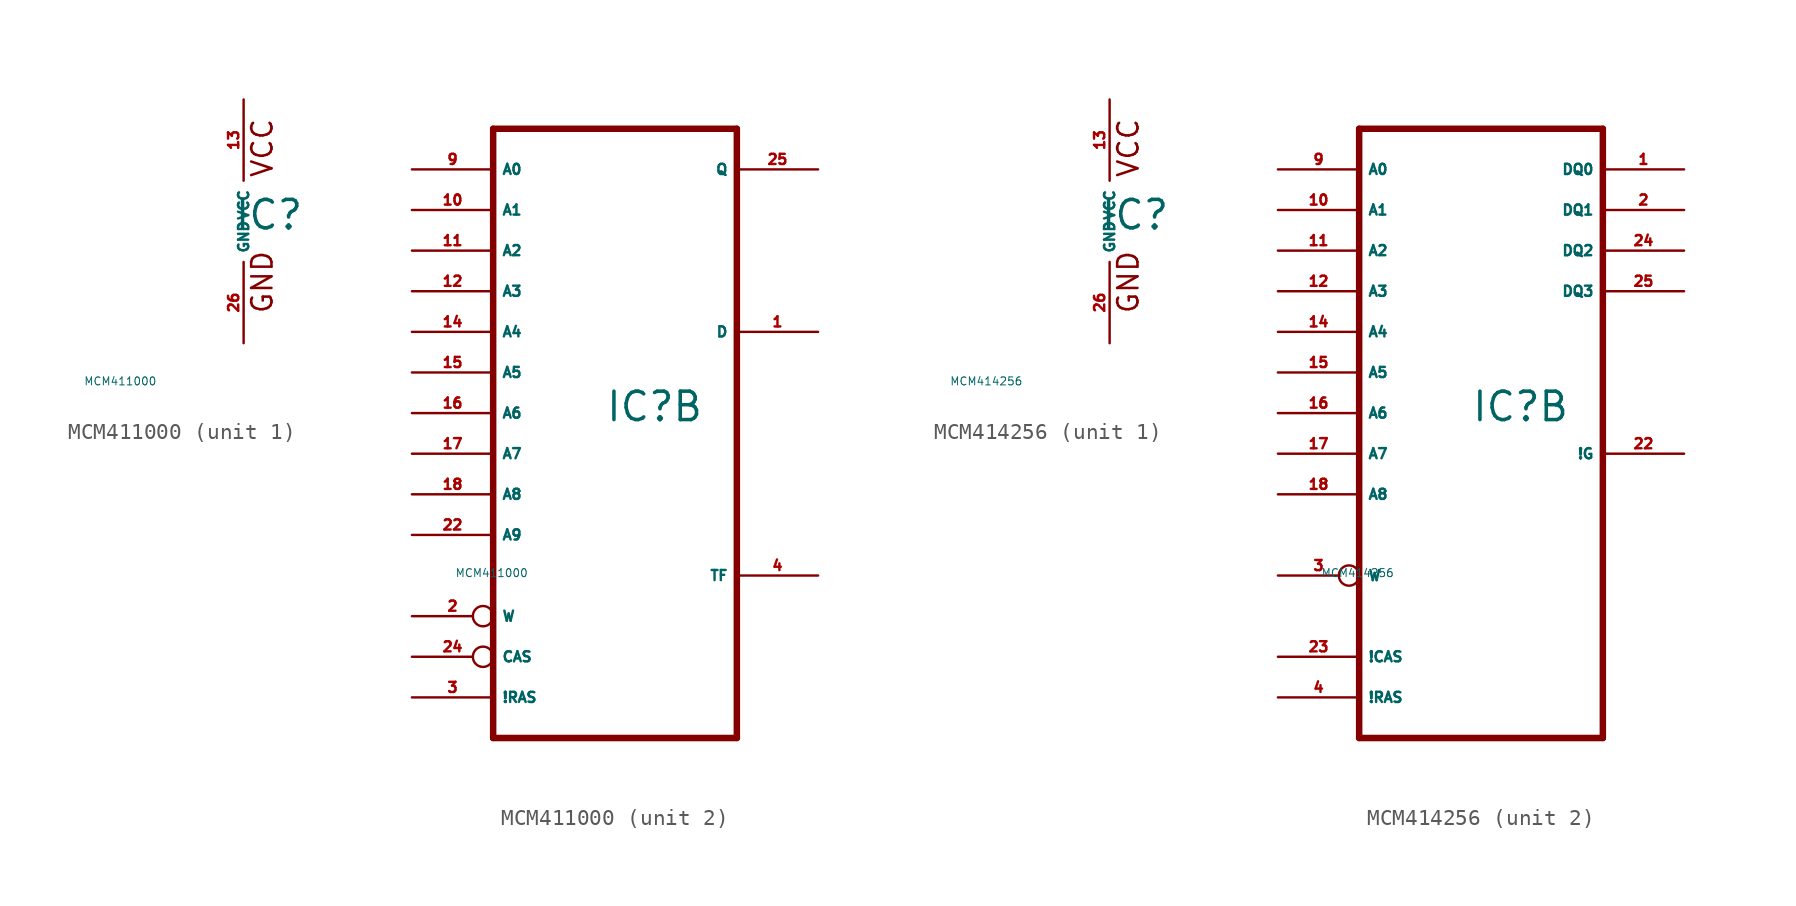
<source format=kicad_sym>
(kicad_symbol_lib
  (version 20220914)
  (generator Eagle2Kicad)
  (symbol "MCM411000"
    (property "Reference" "IC"
      (at -0.635 -0.635 0)
      (effects (font (size 1.778 1.778) (thickness 0.22)) (justify left bottom)))
    (property "Value" "MCM411000"
      (at -10 -10 0)
      (effects (font (size 0.5 0.5) (thickness 0.06)) (justify left)))
    (symbol "MCM411000_1_0"
      (text "VCC" (at 1.905 2.667 900) (effects (font (size 1.27 1.27) (thickness 0.16)) (justify left bottom)))
      (text "GND" (at 1.905 -5.842 900) (effects (font (size 1.27 1.27) (thickness 0.16)) (justify left bottom)))
      (pin unspecified line (at 0 -7.62 90) (length 5.08) (name "GND" (effects (font (size 0.635 0.635) (thickness 0.08)) (justify left bottom))) (number "26" (effects (font (size 0.635 0.635) (thickness 0.08)) (justify left bottom))))
      (pin unspecified line (at 0 7.62 270) (length 5.08) (name "VCC" (effects (font (size 0.635 0.635) (thickness 0.08)) (justify left bottom))) (number "13" (effects (font (size 0.635 0.635) (thickness 0.08)) (justify left bottom)))))
    (symbol "MCM411000_2_0"
      (polyline (pts (xy -7.62 17.78) (xy -7.62 -20.32)) (stroke (width 0.406) (type default)) (fill (type none)))
      (polyline (pts (xy 7.62 -20.32) (xy -7.62 -20.32)) (stroke (width 0.406) (type default)) (fill (type none)))
      (polyline (pts (xy 7.62 -20.32) (xy 7.62 17.78)) (stroke (width 0.406) (type default)) (fill (type none)))
      (polyline (pts (xy -7.62 17.78) (xy 7.62 17.78)) (stroke (width 0.406) (type default)) (fill (type none)))
      (pin input line (at -12.7 15.24 0) (length 5.08) (name "A0" (effects (font (size 0.635 0.635) (thickness 0.08)) (justify left bottom))) (number "9" (effects (font (size 0.635 0.635) (thickness 0.08)) (justify left bottom))))
      (pin input line (at -12.7 12.7 0) (length 5.08) (name "A1" (effects (font (size 0.635 0.635) (thickness 0.08)) (justify left bottom))) (number "10" (effects (font (size 0.635 0.635) (thickness 0.08)) (justify left bottom))))
      (pin input line (at -12.7 10.16 0) (length 5.08) (name "A2" (effects (font (size 0.635 0.635) (thickness 0.08)) (justify left bottom))) (number "11" (effects (font (size 0.635 0.635) (thickness 0.08)) (justify left bottom))))
      (pin input line (at -12.7 7.62 0) (length 5.08) (name "A3" (effects (font (size 0.635 0.635) (thickness 0.08)) (justify left bottom))) (number "12" (effects (font (size 0.635 0.635) (thickness 0.08)) (justify left bottom))))
      (pin input line (at -12.7 5.08 0) (length 5.08) (name "A4" (effects (font (size 0.635 0.635) (thickness 0.08)) (justify left bottom))) (number "14" (effects (font (size 0.635 0.635) (thickness 0.08)) (justify left bottom))))
      (pin input line (at -12.7 2.54 0) (length 5.08) (name "A5" (effects (font (size 0.635 0.635) (thickness 0.08)) (justify left bottom))) (number "15" (effects (font (size 0.635 0.635) (thickness 0.08)) (justify left bottom))))
      (pin input line (at -12.7 0 0) (length 5.08) (name "A6" (effects (font (size 0.635 0.635) (thickness 0.08)) (justify left bottom))) (number "16" (effects (font (size 0.635 0.635) (thickness 0.08)) (justify left bottom))))
      (pin input line (at -12.7 -2.54 0) (length 5.08) (name "A7" (effects (font (size 0.635 0.635) (thickness 0.08)) (justify left bottom))) (number "17" (effects (font (size 0.635 0.635) (thickness 0.08)) (justify left bottom))))
      (pin input line (at -12.7 -5.08 0) (length 5.08) (name "A8" (effects (font (size 0.635 0.635) (thickness 0.08)) (justify left bottom))) (number "18" (effects (font (size 0.635 0.635) (thickness 0.08)) (justify left bottom))))
      (pin input line (at -12.7 -7.62 0) (length 5.08) (name "A9" (effects (font (size 0.635 0.635) (thickness 0.08)) (justify left bottom))) (number "22" (effects (font (size 0.635 0.635) (thickness 0.08)) (justify left bottom))))
      (pin input inverted (at -12.7 -12.7 0) (length 5.08) (name "W" (effects (font (size 0.635 0.635) (thickness 0.08)) (justify left bottom))) (number "2" (effects (font (size 0.635 0.635) (thickness 0.08)) (justify left bottom))))
      (pin input inverted (at -12.7 -15.24 0) (length 5.08) (name "CAS" (effects (font (size 0.635 0.635) (thickness 0.08)) (justify left bottom))) (number "24" (effects (font (size 0.635 0.635) (thickness 0.08)) (justify left bottom))))
      (pin input line (at -12.7 -17.78 0) (length 5.08) (name "!RAS" (effects (font (size 0.635 0.635) (thickness 0.08)) (justify left bottom))) (number "3" (effects (font (size 0.635 0.635) (thickness 0.08)) (justify left bottom))))
      (pin input line (at 12.7 5.08 180) (length 5.08) (name "D" (effects (font (size 0.635 0.635) (thickness 0.08)) (justify left bottom))) (number "1" (effects (font (size 0.635 0.635) (thickness 0.08)) (justify left bottom))))
      (pin tri_state line (at 12.7 15.24 180) (length 5.08) (name "Q" (effects (font (size 0.635 0.635) (thickness 0.08)) (justify left bottom))) (number "25" (effects (font (size 0.635 0.635) (thickness 0.08)) (justify left bottom))))
      (pin input line (at 12.7 -10.16 180) (length 5.08) (name "TF" (effects (font (size 0.635 0.635) (thickness 0.08)) (justify left bottom))) (number "4" (effects (font (size 0.635 0.635) (thickness 0.08)) (justify left bottom))))))
  (symbol "MCM414256"
    (property "Reference" "IC"
      (at -0.635 -0.635 0)
      (effects (font (size 1.778 1.778) (thickness 0.22)) (justify left bottom)))
    (property "Value" "MCM414256"
      (at -10 -10 0)
      (effects (font (size 0.5 0.5) (thickness 0.06)) (justify left)))
    (symbol "MCM414256_1_0"
      (text "VCC" (at 1.905 2.667 900) (effects (font (size 1.27 1.27) (thickness 0.16)) (justify left bottom)))
      (text "GND" (at 1.905 -5.842 900) (effects (font (size 1.27 1.27) (thickness 0.16)) (justify left bottom)))
      (pin unspecified line (at 0 -7.62 90) (length 5.08) (name "GND" (effects (font (size 0.635 0.635) (thickness 0.08)) (justify left bottom))) (number "26" (effects (font (size 0.635 0.635) (thickness 0.08)) (justify left bottom))))
      (pin unspecified line (at 0 7.62 270) (length 5.08) (name "VCC" (effects (font (size 0.635 0.635) (thickness 0.08)) (justify left bottom))) (number "13" (effects (font (size 0.635 0.635) (thickness 0.08)) (justify left bottom)))))
    (symbol "MCM414256_2_0"
      (polyline (pts (xy -7.62 17.78) (xy -7.62 -20.32)) (stroke (width 0.406) (type default)) (fill (type none)))
      (polyline (pts (xy 7.62 -20.32) (xy -7.62 -20.32)) (stroke (width 0.406) (type default)) (fill (type none)))
      (polyline (pts (xy 7.62 -20.32) (xy 7.62 17.78)) (stroke (width 0.406) (type default)) (fill (type none)))
      (polyline (pts (xy -7.62 17.78) (xy 7.62 17.78)) (stroke (width 0.406) (type default)) (fill (type none)))
      (pin input line (at -12.7 15.24 0) (length 5.08) (name "A0" (effects (font (size 0.635 0.635) (thickness 0.08)) (justify left bottom))) (number "9" (effects (font (size 0.635 0.635) (thickness 0.08)) (justify left bottom))))
      (pin input line (at -12.7 12.7 0) (length 5.08) (name "A1" (effects (font (size 0.635 0.635) (thickness 0.08)) (justify left bottom))) (number "10" (effects (font (size 0.635 0.635) (thickness 0.08)) (justify left bottom))))
      (pin input line (at -12.7 10.16 0) (length 5.08) (name "A2" (effects (font (size 0.635 0.635) (thickness 0.08)) (justify left bottom))) (number "11" (effects (font (size 0.635 0.635) (thickness 0.08)) (justify left bottom))))
      (pin input line (at -12.7 7.62 0) (length 5.08) (name "A3" (effects (font (size 0.635 0.635) (thickness 0.08)) (justify left bottom))) (number "12" (effects (font (size 0.635 0.635) (thickness 0.08)) (justify left bottom))))
      (pin input line (at -12.7 5.08 0) (length 5.08) (name "A4" (effects (font (size 0.635 0.635) (thickness 0.08)) (justify left bottom))) (number "14" (effects (font (size 0.635 0.635) (thickness 0.08)) (justify left bottom))))
      (pin input line (at -12.7 2.54 0) (length 5.08) (name "A5" (effects (font (size 0.635 0.635) (thickness 0.08)) (justify left bottom))) (number "15" (effects (font (size 0.635 0.635) (thickness 0.08)) (justify left bottom))))
      (pin input line (at -12.7 0 0) (length 5.08) (name "A6" (effects (font (size 0.635 0.635) (thickness 0.08)) (justify left bottom))) (number "16" (effects (font (size 0.635 0.635) (thickness 0.08)) (justify left bottom))))
      (pin input line (at -12.7 -2.54 0) (length 5.08) (name "A7" (effects (font (size 0.635 0.635) (thickness 0.08)) (justify left bottom))) (number "17" (effects (font (size 0.635 0.635) (thickness 0.08)) (justify left bottom))))
      (pin input line (at -12.7 -5.08 0) (length 5.08) (name "A8" (effects (font (size 0.635 0.635) (thickness 0.08)) (justify left bottom))) (number "18" (effects (font (size 0.635 0.635) (thickness 0.08)) (justify left bottom))))
      (pin input inverted (at -12.7 -10.16 0) (length 5.08) (name "W" (effects (font (size 0.635 0.635) (thickness 0.08)) (justify left bottom))) (number "3" (effects (font (size 0.635 0.635) (thickness 0.08)) (justify left bottom))))
      (pin input line (at -12.7 -15.24 0) (length 5.08) (name "!CAS" (effects (font (size 0.635 0.635) (thickness 0.08)) (justify left bottom))) (number "23" (effects (font (size 0.635 0.635) (thickness 0.08)) (justify left bottom))))
      (pin input line (at -12.7 -17.78 0) (length 5.08) (name "!RAS" (effects (font (size 0.635 0.635) (thickness 0.08)) (justify left bottom))) (number "4" (effects (font (size 0.635 0.635) (thickness 0.08)) (justify left bottom))))
      (pin bidirectional line (at 12.7 15.24 180) (length 5.08) (name "DQ0" (effects (font (size 0.635 0.635) (thickness 0.08)) (justify left bottom))) (number "1" (effects (font (size 0.635 0.635) (thickness 0.08)) (justify left bottom))))
      (pin input line (at 12.7 -2.54 180) (length 5.08) (name "!G" (effects (font (size 0.635 0.635) (thickness 0.08)) (justify left bottom))) (number "22" (effects (font (size 0.635 0.635) (thickness 0.08)) (justify left bottom))))
      (pin bidirectional line (at 12.7 12.7 180) (length 5.08) (name "DQ1" (effects (font (size 0.635 0.635) (thickness 0.08)) (justify left bottom))) (number "2" (effects (font (size 0.635 0.635) (thickness 0.08)) (justify left bottom))))
      (pin bidirectional line (at 12.7 10.16 180) (length 5.08) (name "DQ2" (effects (font (size 0.635 0.635) (thickness 0.08)) (justify left bottom))) (number "24" (effects (font (size 0.635 0.635) (thickness 0.08)) (justify left bottom))))
      (pin bidirectional line (at 12.7 7.62 180) (length 5.08) (name "DQ3" (effects (font (size 0.635 0.635) (thickness 0.08)) (justify left bottom))) (number "25" (effects (font (size 0.635 0.635) (thickness 0.08)) (justify left bottom)))))))
</source>
